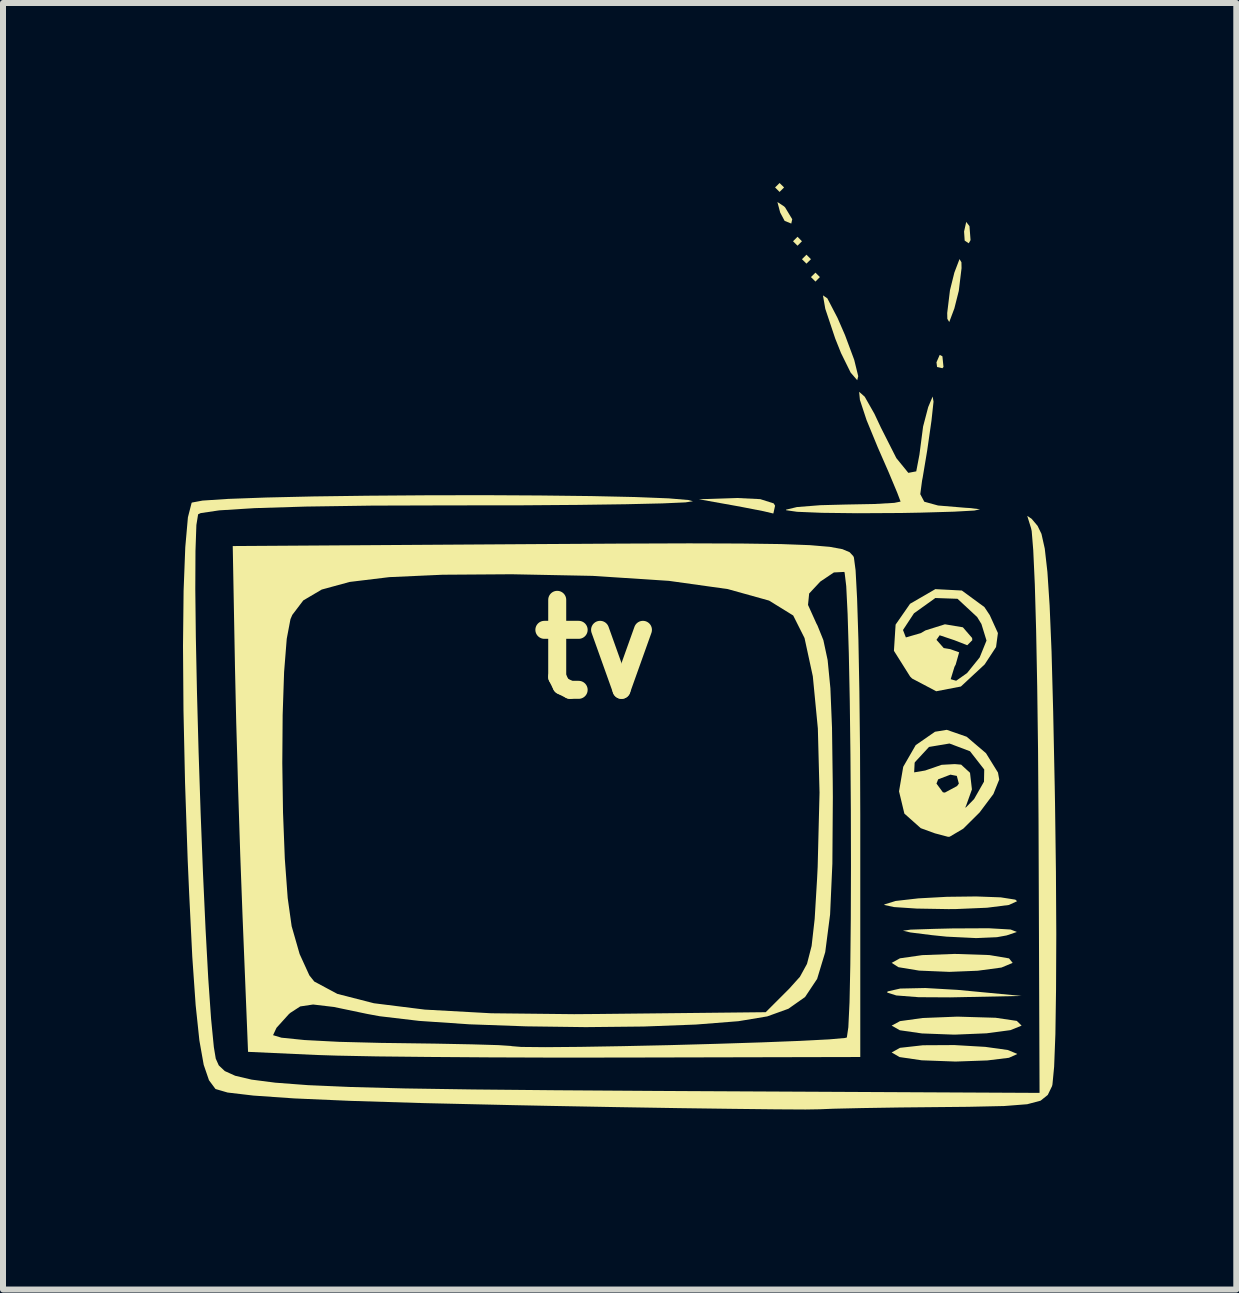
<source format=kicad_pcb>
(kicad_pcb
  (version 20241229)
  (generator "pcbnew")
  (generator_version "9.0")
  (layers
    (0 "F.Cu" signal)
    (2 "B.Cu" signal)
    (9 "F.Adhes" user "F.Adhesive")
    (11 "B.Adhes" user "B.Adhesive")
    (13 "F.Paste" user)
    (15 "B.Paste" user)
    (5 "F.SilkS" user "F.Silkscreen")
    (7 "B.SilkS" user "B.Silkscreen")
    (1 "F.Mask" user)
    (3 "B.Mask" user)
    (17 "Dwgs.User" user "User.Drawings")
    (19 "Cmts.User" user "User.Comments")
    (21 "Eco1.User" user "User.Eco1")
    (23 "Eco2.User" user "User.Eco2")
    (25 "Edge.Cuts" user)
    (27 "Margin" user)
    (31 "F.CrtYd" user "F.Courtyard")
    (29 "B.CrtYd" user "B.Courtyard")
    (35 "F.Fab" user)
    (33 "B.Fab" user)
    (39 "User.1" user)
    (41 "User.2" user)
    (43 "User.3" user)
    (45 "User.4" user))
  (footprint "tv"
    (layer "F.Cu")
    (at 6.88 7.769)
    (property "Reference" "tv" (at 0 0 0) (layer "F.SilkS") (effects (font (size 1.5 1.5) (thickness 0.3))))
    (attr board_only exclude_from_pos_files exclude_from_bom)
    (fp_poly (pts (xy 3.138 -7.695) (xy 3.063 -7.62) (xy 2.988 -7.695) (xy 3.063 -7.769)) (stroke (width 0) (type solid)) (fill yes) (layer "F.SilkS"))
    (fp_poly (pts (xy 3.436 -6.798) (xy 3.362 -6.724) (xy 3.287 -6.798) (xy 3.362 -6.873)) (stroke (width 0) (type solid)) (fill yes) (layer "F.SilkS"))
    (fp_poly (pts (xy 3.586 -6.499) (xy 3.511 -6.425) (xy 3.436 -6.499) (xy 3.511 -6.574)) (stroke (width 0) (type solid)) (fill yes) (layer "F.SilkS"))
    (fp_poly (pts (xy 3.735 -6.201) (xy 3.661 -6.126) (xy 3.586 -6.201) (xy 3.661 -6.275)) (stroke (width 0) (type solid)) (fill yes) (layer "F.SilkS"))
    (fp_poly (pts (xy 5.777 -4.881) (xy 5.795 -4.703) (xy 5.777 -4.682) (xy 5.688 -4.702) (xy 5.678 -4.781) (xy 5.732 -4.904)) (stroke (width 0) (type solid)) (fill yes) (layer "F.SilkS"))
    (fp_poly (pts (xy 6.228 -7.05) (xy 6.246 -6.817) (xy 6.216 -6.764) (xy 6.148 -6.809) (xy 6.138 -6.96) (xy 6.174 -7.12)) (stroke (width 0) (type solid)) (fill yes) (layer "F.SilkS"))
    (fp_poly (pts (xy 3.137 -7.38) (xy 3.156 -7.361) (xy 3.274 -7.165) (xy 3.258 -7.093) (xy 3.147 -7.138) (xy 3.073 -7.277) (xy 3.027 -7.452)) (stroke (width 0) (type solid)) (fill yes) (layer "F.SilkS"))
    (fp_poly (pts (xy 2.741 -2.5) (xy 2.965 -2.429) (xy 2.988 -2.391) (xy 2.96 -2.262) (xy 2.951 -2.262) (xy 2.795 -2.299) (xy 2.451 -2.366) (xy 2.316 -2.391) (xy 1.718 -2.498) (xy 2.353 -2.519)) (stroke (width 0) (type solid)) (fill yes) (layer "F.SilkS"))
    (fp_poly (pts (xy 6.029 5.679) (xy 6.051 5.681) (xy 7.097 5.78) (xy 5.909 5.804) (xy 5.379 5.801) (xy 5.008 5.772) (xy 4.856 5.724) (xy 4.863 5.705) (xy 5.074 5.657) (xy 5.492 5.648)) (stroke (width 0) (type solid)) (fill yes) (layer "F.SilkS"))
    (fp_poly (pts (xy 6.094 -6.448) (xy 6.096 -6.35) (xy 6.05 -5.971) (xy 5.976 -5.678) (xy 5.891 -5.452) (xy 5.859 -5.505) (xy 5.857 -5.603) (xy 5.903 -5.982) (xy 5.976 -6.275) (xy 6.062 -6.501)) (stroke (width 0) (type solid)) (fill yes) (layer "F.SilkS"))
    (fp_poly (pts (xy 3.859 -5.847) (xy 4.029 -5.52) (xy 4.154 -5.233) (xy 4.307 -4.822) (xy 4.374 -4.549) (xy 4.357 -4.482) (xy 4.247 -4.61) (xy 4.087 -4.935) (xy 3.99 -5.178) (xy 3.825 -5.672) (xy 3.786 -5.896)) (stroke (width 0) (type solid)) (fill yes) (layer "F.SilkS"))
    (fp_poly (pts (xy 6.56 5.099) (xy 6.887 5.154) (xy 6.948 5.229) (xy 6.761 5.307) (xy 6.365 5.36) (xy 5.893 5.379) (xy 5.389 5.358) (xy 5.044 5.301) (xy 4.931 5.229) (xy 5.069 5.153) (xy 5.44 5.1) (xy 5.978 5.08) (xy 5.985 5.08)) (stroke (width 0) (type solid)) (fill yes) (layer "F.SilkS"))
    (fp_poly (pts (xy 6.914 4.673) (xy 7.018 4.714) (xy 6.846 4.772) (xy 6.686 4.801) (xy 6.34 4.816) (xy 5.847 4.792) (xy 5.603 4.767) (xy 5.244 4.722) (xy 5.119 4.693) (xy 5.247 4.675) (xy 5.647 4.662) (xy 5.939 4.655) (xy 6.549 4.652)) (stroke (width 0) (type solid)) (fill yes) (layer "F.SilkS"))
    (fp_poly (pts (xy 6.492 6.629) (xy 6.866 6.681) (xy 7.022 6.745) (xy 7.022 6.75) (xy 6.886 6.811) (xy 6.526 6.855) (xy 6.018 6.873) (xy 5.976 6.873) (xy 5.433 6.853) (xy 5.063 6.799) (xy 4.931 6.722) (xy 5.07 6.645) (xy 5.454 6.602) (xy 5.976 6.599)) (stroke (width 0) (type solid)) (fill yes) (layer "F.SilkS"))
    (fp_poly (pts (xy 6.664 6.144) (xy 7.017 6.196) (xy 7.097 6.275) (xy 6.912 6.35) (xy 6.513 6.403) (xy 5.985 6.425) (xy 5.968 6.425) (xy 5.435 6.405) (xy 5.067 6.352) (xy 4.931 6.275) (xy 5.07 6.2) (xy 5.447 6.148) (xy 6.001 6.126) (xy 6.06 6.126)) (stroke (width 0) (type solid)) (fill yes) (layer "F.SilkS"))
    (fp_poly (pts (xy 6.749 4.137) (xy 6.992 4.175) (xy 7.022 4.201) (xy 6.885 4.264) (xy 6.521 4.31) (xy 6.003 4.332) (xy 5.877 4.333) (xy 5.348 4.324) (xy 4.97 4.299) (xy 4.809 4.264) (xy 4.81 4.255) (xy 4.998 4.197) (xy 5.375 4.154) (xy 5.852 4.128) (xy 6.34 4.122)) (stroke (width 0) (type solid)) (fill yes) (layer "F.SilkS"))
    (fp_poly (pts (xy 4.482 -4.207) (xy 4.644 -3.922) (xy 4.752 -3.692) (xy 5.009 -3.184) (xy 5.209 -2.938) (xy 5.341 -2.963) (xy 5.394 -3.241) (xy 5.455 -3.71) (xy 5.54 -4.034) (xy 5.614 -4.21) (xy 5.629 -4.125) (xy 5.595 -3.81) (xy 5.523 -3.308) (xy 5.448 -2.859) (xy 5.438 -2.809) (xy 5.408 -2.583) (xy 5.475 -2.457) (xy 5.704 -2.394) (xy 6.159 -2.356) (xy 6.228 -2.352) (xy 6.405 -2.331) (xy 6.31 -2.31) (xy 5.97 -2.291) (xy 5.412 -2.275) (xy 5.092 -2.269) (xy 4.366 -2.265) (xy 3.77 -2.272) (xy 3.355 -2.289) (xy 3.173 -2.315) (xy 3.17 -2.324) (xy 3.352 -2.368) (xy 3.742 -2.399) (xy 4.166 -2.41) (xy 4.644 -2.419) (xy 4.975 -2.438) (xy 5.08 -2.459) (xy 5.024 -2.607) (xy 4.88 -2.951) (xy 4.7 -3.362) (xy 4.513 -3.817) (xy 4.402 -4.154) (xy 4.389 -4.289)) (stroke (width 0) (type solid)) (fill yes) (layer "F.SilkS"))
    (fp_poly (pts (xy 6.101 -0.977) (xy 6.477 -0.701) (xy 6.566 -0.567) (xy 6.702 -0.268) (xy 6.671 -0.035) (xy 6.481 0.255) (xy 6.085 0.623) (xy 5.674 0.702) (xy 5.272 0.49) (xy 5.239 0.457) (xy 4.969 0.028) (xy 4.991 -0.319) (xy 5.12 -0.319) (xy 5.168 -0.195) (xy 5.417 -0.267) (xy 5.494 -0.312) (xy 5.819 -0.414) (xy 6.118 -0.364) (xy 6.272 -0.186) (xy 6.275 -0.149) (xy 6.191 -0.065) (xy 5.976 -0.149) (xy 5.731 -0.231) (xy 5.678 -0.155) (xy 5.799 -0.018) (xy 5.907 0) (xy 6.056 0.053) (xy 5.998 0.258) (xy 5.978 0.295) (xy 5.915 0.501) (xy 6.006 0.527) (xy 6.188 0.399) (xy 6.395 0.142) (xy 6.4 0.134) (xy 6.512 -0.143) (xy 6.427 -0.419) (xy 6.356 -0.535) (xy 6.029 -0.839) (xy 5.659 -0.852) (xy 5.303 -0.597) (xy 5.12 -0.319) (xy 4.991 -0.319) (xy 4.997 -0.409) (xy 5.238 -0.756) (xy 5.659 -1)) (stroke (width 0) (type solid)) (fill yes) (layer "F.SilkS"))
    (fp_poly (pts (xy 6.181 1.46) (xy 6.503 1.734) (xy 6.703 2.057) (xy 6.724 2.173) (xy 6.627 2.415) (xy 6.397 2.722) (xy 6.124 2.993) (xy 5.899 3.126) (xy 5.871 3.128) (xy 5.652 3.07) (xy 5.416 2.984) (xy 5.143 2.741) (xy 5.054 2.37) (xy 5.076 2.241) (xy 5.678 2.241) (xy 5.785 2.386) (xy 5.818 2.391) (xy 6.021 2.282) (xy 6.051 2.241) (xy 6.017 2.113) (xy 5.911 2.092) (xy 5.706 2.17) (xy 5.678 2.241) (xy 5.076 2.241) (xy 5.108 2.054) (xy 5.306 2.054) (xy 5.489 2.023) (xy 5.765 1.928) (xy 5.982 1.916) (xy 6.089 1.925) (xy 6.237 2.061) (xy 6.269 2.338) (xy 6.169 2.617) (xy 6.163 2.625) (xy 6.162 2.645) (xy 6.305 2.499) (xy 6.47 2.209) (xy 6.474 2.006) (xy 6.237 1.702) (xy 5.895 1.573) (xy 5.554 1.63) (xy 5.319 1.884) (xy 5.314 1.896) (xy 5.306 2.054) (xy 5.108 2.054) (xy 5.124 1.961) (xy 5.332 1.6) (xy 5.653 1.377) (xy 5.85 1.345)) (stroke (width 0) (type solid)) (fill yes) (layer "F.SilkS"))
    (fp_poly (pts (xy -0.935 -2.561) (xy -0.075 -2.551) (xy 0.656 -2.535) (xy 1.213 -2.513) (xy 1.546 -2.485) (xy 1.619 -2.465) (xy 1.496 -2.446) (xy 1.111 -2.429) (xy 0.502 -2.415) (xy -0.293 -2.404) (xy -1.238 -2.397) (xy -2.295 -2.396) (xy -2.391 -2.396) (xy -3.73 -2.392) (xy -4.833 -2.376) (xy -5.687 -2.35) (xy -6.276 -2.313) (xy -6.586 -2.267) (xy -6.628 -2.247) (xy -6.657 -2.069) (xy -6.672 -1.637) (xy -6.675 -0.998) (xy -6.666 -0.196) (xy -6.647 0.723) (xy -6.62 1.714) (xy -6.586 2.732) (xy -6.547 3.73) (xy -6.504 4.665) (xy -6.459 5.49) (xy -6.412 6.161) (xy -6.366 6.632) (xy -6.334 6.825) (xy -6.284 6.937) (xy -6.184 7.032) (xy -6.009 7.111) (xy -5.736 7.175) (xy -5.34 7.226) (xy -4.797 7.267) (xy -4.083 7.298) (xy -3.174 7.322) (xy -2.045 7.339) (xy -0.673 7.352) (xy 0.967 7.363) (xy 1.494 7.366) (xy 7.396 7.396) (xy 7.379 2.839) (xy 7.371 1.689) (xy 7.357 0.626) (xy 7.339 -0.311) (xy 7.317 -1.082) (xy 7.291 -1.648) (xy 7.265 -1.968) (xy 7.254 -2.017) (xy 7.191 -2.221) (xy 7.263 -2.173) (xy 7.363 -2.055) (xy 7.428 -1.921) (xy 7.483 -1.675) (xy 7.527 -1.286) (xy 7.564 -0.725) (xy 7.596 0.039) (xy 7.623 1.036) (xy 7.649 2.295) (xy 7.654 2.577) (xy 7.669 3.706) (xy 7.675 4.749) (xy 7.671 5.667) (xy 7.66 6.417) (xy 7.639 6.961) (xy 7.611 7.255) (xy 7.604 7.284) (xy 7.533 7.43) (xy 7.413 7.526) (xy 7.19 7.585) (xy 6.807 7.615) (xy 6.209 7.628) (xy 5.793 7.632) (xy 5.076 7.639) (xy 4.437 7.649) (xy 3.955 7.66) (xy 3.735 7.669) (xy 3.498 7.673) (xy 3 7.67) (xy 2.283 7.662) (xy 1.385 7.65) (xy 0.345 7.633) (xy -0.797 7.612) (xy -1.383 7.6) (xy -2.878 7.566) (xy -4.088 7.529) (xy -5.026 7.488) (xy -5.704 7.441) (xy -6.137 7.39) (xy -6.336 7.332) (xy -6.341 7.328) (xy -6.447 7.185) (xy -6.535 6.928) (xy -6.607 6.522) (xy -6.669 5.934) (xy -6.725 5.131) (xy -6.777 4.077) (xy -6.802 3.511) (xy -6.846 2.222) (xy -6.872 1.022) (xy -6.88 -0.054) (xy -6.87 -0.972) (xy -6.842 -1.698) (xy -6.798 -2.197) (xy -6.737 -2.436) (xy -6.731 -2.443) (xy -6.554 -2.476) (xy -6.126 -2.504) (xy -5.494 -2.527) (xy -4.705 -2.545) (xy -3.808 -2.557) (xy -2.848 -2.564) (xy -1.875 -2.566)) (stroke (width 0) (type solid)) (fill yes) (layer "F.SilkS"))
    (fp_poly (pts (xy 2.429 -1.76) (xy 3.089 -1.751) (xy 3.569 -1.733) (xy 3.9 -1.705) (xy 4.111 -1.666) (xy 4.231 -1.615) (xy 4.291 -1.551) (xy 4.302 -1.527) (xy 4.33 -1.314) (xy 4.355 -0.844) (xy 4.377 -0.158) (xy 4.393 0.7) (xy 4.404 1.69) (xy 4.408 2.764) (xy 4.408 6.798) (xy 0.448 6.807) (xy -0.682 6.808) (xy -1.778 6.804) (xy -2.785 6.797) (xy -3.647 6.788) (xy -4.31 6.775) (xy -4.654 6.764) (xy -5.796 6.712) (xy -5.807 6.434) (xy -5.379 6.434) (xy -5.239 6.476) (xy -4.855 6.515) (xy -4.282 6.545) (xy -3.575 6.563) (xy -3.406 6.565) (xy -2.674 6.575) (xy -2.06 6.587) (xy -1.621 6.6) (xy -1.411 6.614) (xy -1.402 6.617) (xy -1.243 6.63) (xy -0.843 6.634) (xy -0.259 6.629) (xy 0.451 6.617) (xy 1.23 6.6) (xy 2.021 6.578) (xy 2.766 6.554) (xy 3.408 6.529) (xy 3.889 6.504) (xy 4.152 6.481) (xy 4.184 6.473) (xy 4.209 6.303) (xy 4.229 5.884) (xy 4.242 5.264) (xy 4.25 4.493) (xy 4.253 3.618) (xy 4.251 2.689) (xy 4.244 1.755) (xy 4.233 0.866) (xy 4.217 0.069) (xy 4.197 -0.587) (xy 4.174 -1.051) (xy 4.147 -1.275) (xy 4.141 -1.287) (xy 3.968 -1.278) (xy 3.742 -1.126) (xy 3.556 -0.927) (xy 3.537 -0.737) (xy 3.677 -0.427) (xy 3.695 -0.393) (xy 3.793 -0.15) (xy 3.864 0.182) (xy 3.91 0.652) (xy 3.937 1.31) (xy 3.949 2.205) (xy 3.951 2.465) (xy 3.943 3.574) (xy 3.905 4.423) (xy 3.824 5.05) (xy 3.689 5.496) (xy 3.488 5.798) (xy 3.21 5.994) (xy 2.858 6.121) (xy 2.378 6.201) (xy 1.668 6.257) (xy 0.797 6.29) (xy -0.168 6.3) (xy -1.159 6.287) (xy -2.107 6.253) (xy -2.945 6.196) (xy -3.604 6.118) (xy -3.81 6.08) (xy -4.365 5.964) (xy -4.711 5.923) (xy -4.926 5.955) (xy -5.091 6.062) (xy -5.117 6.085) (xy -5.322 6.312) (xy -5.379 6.434) (xy -5.807 6.434) (xy -5.888 4.439) (xy -5.926 3.425) (xy -5.962 2.309) (xy -5.973 1.899) (xy -5.225 1.899) (xy -5.213 2.722) (xy -5.183 3.495) (xy -5.135 4.148) (xy -5.07 4.612) (xy -5.07 4.615) (xy -4.936 5.082) (xy -4.774 5.437) (xy -4.692 5.54) (xy -4.307 5.746) (xy -3.698 5.902) (xy -2.849 6.008) (xy -1.743 6.069) (xy -0.362 6.084) (xy 0.034 6.081) (xy 2.832 6.051) (xy 3.226 5.657) (xy 3.402 5.461) (xy 3.52 5.246) (xy 3.597 4.947) (xy 3.648 4.497) (xy 3.688 3.831) (xy 3.698 3.628) (xy 3.729 2.391) (xy 3.701 1.322) (xy 3.617 0.452) (xy 3.479 -0.185) (xy 3.291 -0.559) (xy 3.288 -0.562) (xy 2.888 -0.809) (xy 2.199 -1.001) (xy 1.219 -1.138) (xy -0.052 -1.221) (xy -1.402 -1.248) (xy -2.554 -1.24) (xy -3.442 -1.2) (xy -4.102 -1.12) (xy -4.568 -0.993) (xy -4.875 -0.812) (xy -5.058 -0.571) (xy -5.089 -0.499) (xy -5.151 -0.172) (xy -5.195 0.382) (xy -5.219 1.096) (xy -5.225 1.899) (xy -5.973 1.899) (xy -5.993 1.22) (xy -6.014 0.288) (xy -6.015 0.224) (xy -6.051 -1.718) (xy -0.928 -1.751) (xy 0.45 -1.759) (xy 1.559 -1.763)) (stroke (width 0) (type solid)) (fill yes) (layer "F.SilkS")))
  (gr_rect
    (start -3 -3)
    (end 17.555 18.442)
    (stroke (width 0.1) (type default))
    (fill no)
    (layer "Edge.Cuts")))
</source>
